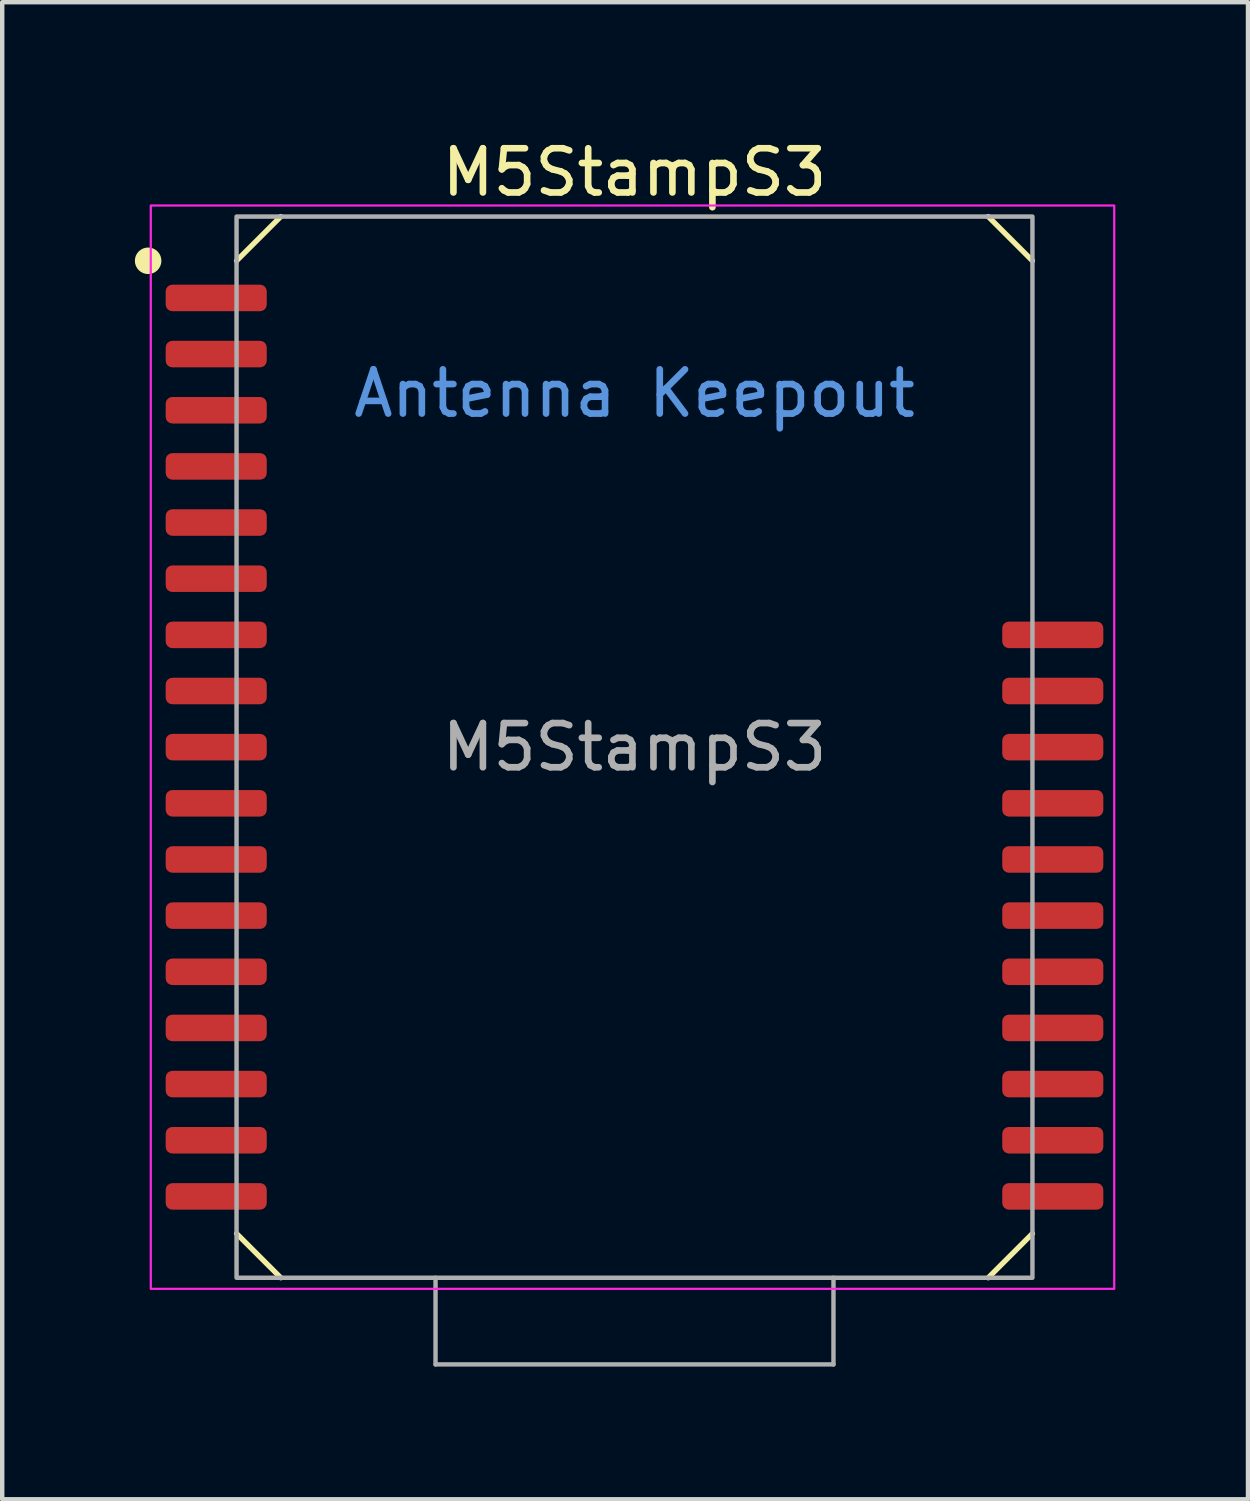
<source format=kicad_pcb>
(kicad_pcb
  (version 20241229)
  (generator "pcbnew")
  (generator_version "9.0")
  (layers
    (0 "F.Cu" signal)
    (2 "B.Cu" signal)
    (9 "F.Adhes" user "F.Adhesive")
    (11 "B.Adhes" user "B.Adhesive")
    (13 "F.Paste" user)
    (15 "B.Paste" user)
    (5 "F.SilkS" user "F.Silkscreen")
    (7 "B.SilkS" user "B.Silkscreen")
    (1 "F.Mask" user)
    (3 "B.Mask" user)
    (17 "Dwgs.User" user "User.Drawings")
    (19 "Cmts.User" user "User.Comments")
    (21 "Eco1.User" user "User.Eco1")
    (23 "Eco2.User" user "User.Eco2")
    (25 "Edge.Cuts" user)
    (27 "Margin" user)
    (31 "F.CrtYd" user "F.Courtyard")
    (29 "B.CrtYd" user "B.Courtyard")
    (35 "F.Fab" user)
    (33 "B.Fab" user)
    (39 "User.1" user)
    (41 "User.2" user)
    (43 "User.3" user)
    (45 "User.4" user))
  (footprint "M5StampS3"
    (layer "F.Cu")
    (at 11.3 13.848)
    (property "Reference" "M5StampS3" (at 0 -13 0) (unlocked yes) (layer "F.SilkS") (effects (font (size 1 1) (thickness 0.15))))
    (attr smd)
    (fp_line (start -9 -11) (end -8 -12) (stroke (width 0.12) (type default)) (layer "F.SilkS"))
    (fp_line (start -9 11) (end -8 12) (stroke (width 0.12) (type default)) (layer "F.SilkS"))
    (fp_line (start 8 -12) (end 9 -11) (stroke (width 0.12) (type default)) (layer "F.SilkS"))
    (fp_line (start 9 11) (end 8 12) (stroke (width 0.12) (type default)) (layer "F.SilkS"))
    (fp_circle (center -11 -11) (end -10.75 -11) (stroke (width 0.1) (type solid)) (fill yes) (layer "F.SilkS"))
    (fp_rect (start -10.94 -12.25) (end 10.85 12.25) (stroke (width 0.05) (type default)) (fill no) (layer "F.CrtYd"))
    (fp_line (start -4.5 12) (end -4.5 13.96) (stroke (width 0.1) (type default)) (layer "F.Fab"))
    (fp_line (start -4.5 13.96) (end 4.5 13.96) (stroke (width 0.1) (type default)) (layer "F.Fab"))
    (fp_line (start 4.5 13.96) (end 4.5 12) (stroke (width 0.1) (type default)) (layer "F.Fab"))
    (fp_rect (start -9 -12) (end 9 12) (stroke (width 0.1) (type default)) (fill no) (layer "F.Fab"))
    (fp_text user "Antenna Keepout" (at 0 -8 0) (unlocked yes) (layer "Cmts.User") (effects (font (size 1 1) (thickness 0.15))))
    (fp_text user "${REFERENCE}" (at 0 0 0) (unlocked yes) (layer "F.Fab") (effects (font (size 1 1) (thickness 0.15))))
    (pad "1" smd roundrect (at -9.46 -10.16) (size 2.286 0.6) (layers "F.Cu" "F.Mask" "F.Paste") (roundrect_rratio 0.25))
    (pad "2" smd roundrect (at -9.46 -8.89) (size 2.286 0.6) (layers "F.Cu" "F.Mask" "F.Paste") (roundrect_rratio 0.25))
    (pad "3" smd roundrect (at -9.46 -7.62) (size 2.286 0.6) (layers "F.Cu" "F.Mask" "F.Paste") (roundrect_rratio 0.25))
    (pad "4" smd roundrect (at -9.46 -6.35) (size 2.286 0.6) (layers "F.Cu" "F.Mask" "F.Paste") (roundrect_rratio 0.25))
    (pad "5" smd roundrect (at -9.46 -5.08) (size 2.286 0.6) (layers "F.Cu" "F.Mask" "F.Paste") (roundrect_rratio 0.25))
    (pad "6" smd roundrect (at -9.46 -3.81) (size 2.286 0.6) (layers "F.Cu" "F.Mask" "F.Paste") (roundrect_rratio 0.25))
    (pad "7" smd roundrect (at -9.46 -2.54) (size 2.286 0.6) (layers "F.Cu" "F.Mask" "F.Paste") (roundrect_rratio 0.25))
    (pad "8" smd roundrect (at -9.46 -1.27) (size 2.286 0.6) (layers "F.Cu" "F.Mask" "F.Paste") (roundrect_rratio 0.25))
    (pad "9" smd roundrect (at -9.46 0) (size 2.286 0.6) (layers "F.Cu" "F.Mask" "F.Paste") (roundrect_rratio 0.25))
    (pad "10" smd roundrect (at -9.46 1.27) (size 2.286 0.6) (layers "F.Cu" "F.Mask" "F.Paste") (roundrect_rratio 0.25))
    (pad "11" smd roundrect (at -9.46 2.54) (size 2.286 0.6) (layers "F.Cu" "F.Mask" "F.Paste") (roundrect_rratio 0.25))
    (pad "12" smd roundrect (at -9.46 3.81) (size 2.286 0.6) (layers "F.Cu" "F.Mask" "F.Paste") (roundrect_rratio 0.25))
    (pad "13" smd roundrect (at -9.46 5.08) (size 2.286 0.6) (layers "F.Cu" "F.Mask" "F.Paste") (roundrect_rratio 0.25))
    (pad "14" smd roundrect (at -9.46 6.35) (size 2.286 0.6) (layers "F.Cu" "F.Mask" "F.Paste") (roundrect_rratio 0.25))
    (pad "15" smd roundrect (at -9.46 7.62) (size 2.286 0.6) (layers "F.Cu" "F.Mask" "F.Paste") (roundrect_rratio 0.25))
    (pad "16" smd roundrect (at -9.46 8.89) (size 2.286 0.6) (layers "F.Cu" "F.Mask" "F.Paste") (roundrect_rratio 0.25))
    (pad "17" smd roundrect (at -9.46 10.16) (size 2.286 0.6) (layers "F.Cu" "F.Mask" "F.Paste") (roundrect_rratio 0.25))
    (pad "18" smd roundrect (at 9.46 10.16) (size 2.286 0.6) (layers "F.Cu" "F.Mask" "F.Paste") (roundrect_rratio 0.25))
    (pad "19" smd roundrect (at 9.46 8.89) (size 2.286 0.6) (layers "F.Cu" "F.Mask" "F.Paste") (roundrect_rratio 0.25))
    (pad "20" smd roundrect (at 9.46 7.62) (size 2.286 0.6) (layers "F.Cu" "F.Mask" "F.Paste") (roundrect_rratio 0.25))
    (pad "21" smd roundrect (at 9.46 6.35) (size 2.286 0.6) (layers "F.Cu" "F.Mask" "F.Paste") (roundrect_rratio 0.25))
    (pad "22" smd roundrect (at 9.46 5.08) (size 2.286 0.6) (layers "F.Cu" "F.Mask" "F.Paste") (roundrect_rratio 0.25))
    (pad "23" smd roundrect (at 9.46 3.81) (size 2.286 0.6) (layers "F.Cu" "F.Mask" "F.Paste") (roundrect_rratio 0.25))
    (pad "24" smd roundrect (at 9.46 2.54) (size 2.286 0.6) (layers "F.Cu" "F.Mask" "F.Paste") (roundrect_rratio 0.25))
    (pad "25" smd roundrect (at 9.46 1.27) (size 2.286 0.6) (layers "F.Cu" "F.Mask" "F.Paste") (roundrect_rratio 0.25))
    (pad "26" smd roundrect (at 9.46 0) (size 2.286 0.6) (layers "F.Cu" "F.Mask" "F.Paste") (roundrect_rratio 0.25))
    (pad "27" smd roundrect (at 9.46 -1.27) (size 2.286 0.6) (layers "F.Cu" "F.Mask" "F.Paste") (roundrect_rratio 0.25))
    (pad "28" smd roundrect (at 9.46 -2.54) (size 2.286 0.6) (layers "F.Cu" "F.Mask" "F.Paste") (roundrect_rratio 0.25))
    (zone (net_name "") (layers "F.Cu" "B.Cu") (name "Antenna Keepout") (hatch full 0.5) (connect_pads) (min_thickness 0.25) (filled_areas_thickness no) (keepout (tracks not_allowed) (vias not_allowed) (pads not_allowed) (copperpour not_allowed) (footprints not_allowed)) (placement (enabled no)) (fill) (polygon (pts (xy 4.3 8.848) (xy 4.3 1.848) (xy 20.3 1.848) (xy 20.3 8.848)))))
  (gr_rect
    (start -3 -3)
    (end 25.175 30.858)
    (stroke (width 0.1) (type default))
    (fill no)
    (layer "Edge.Cuts")))
</source>
